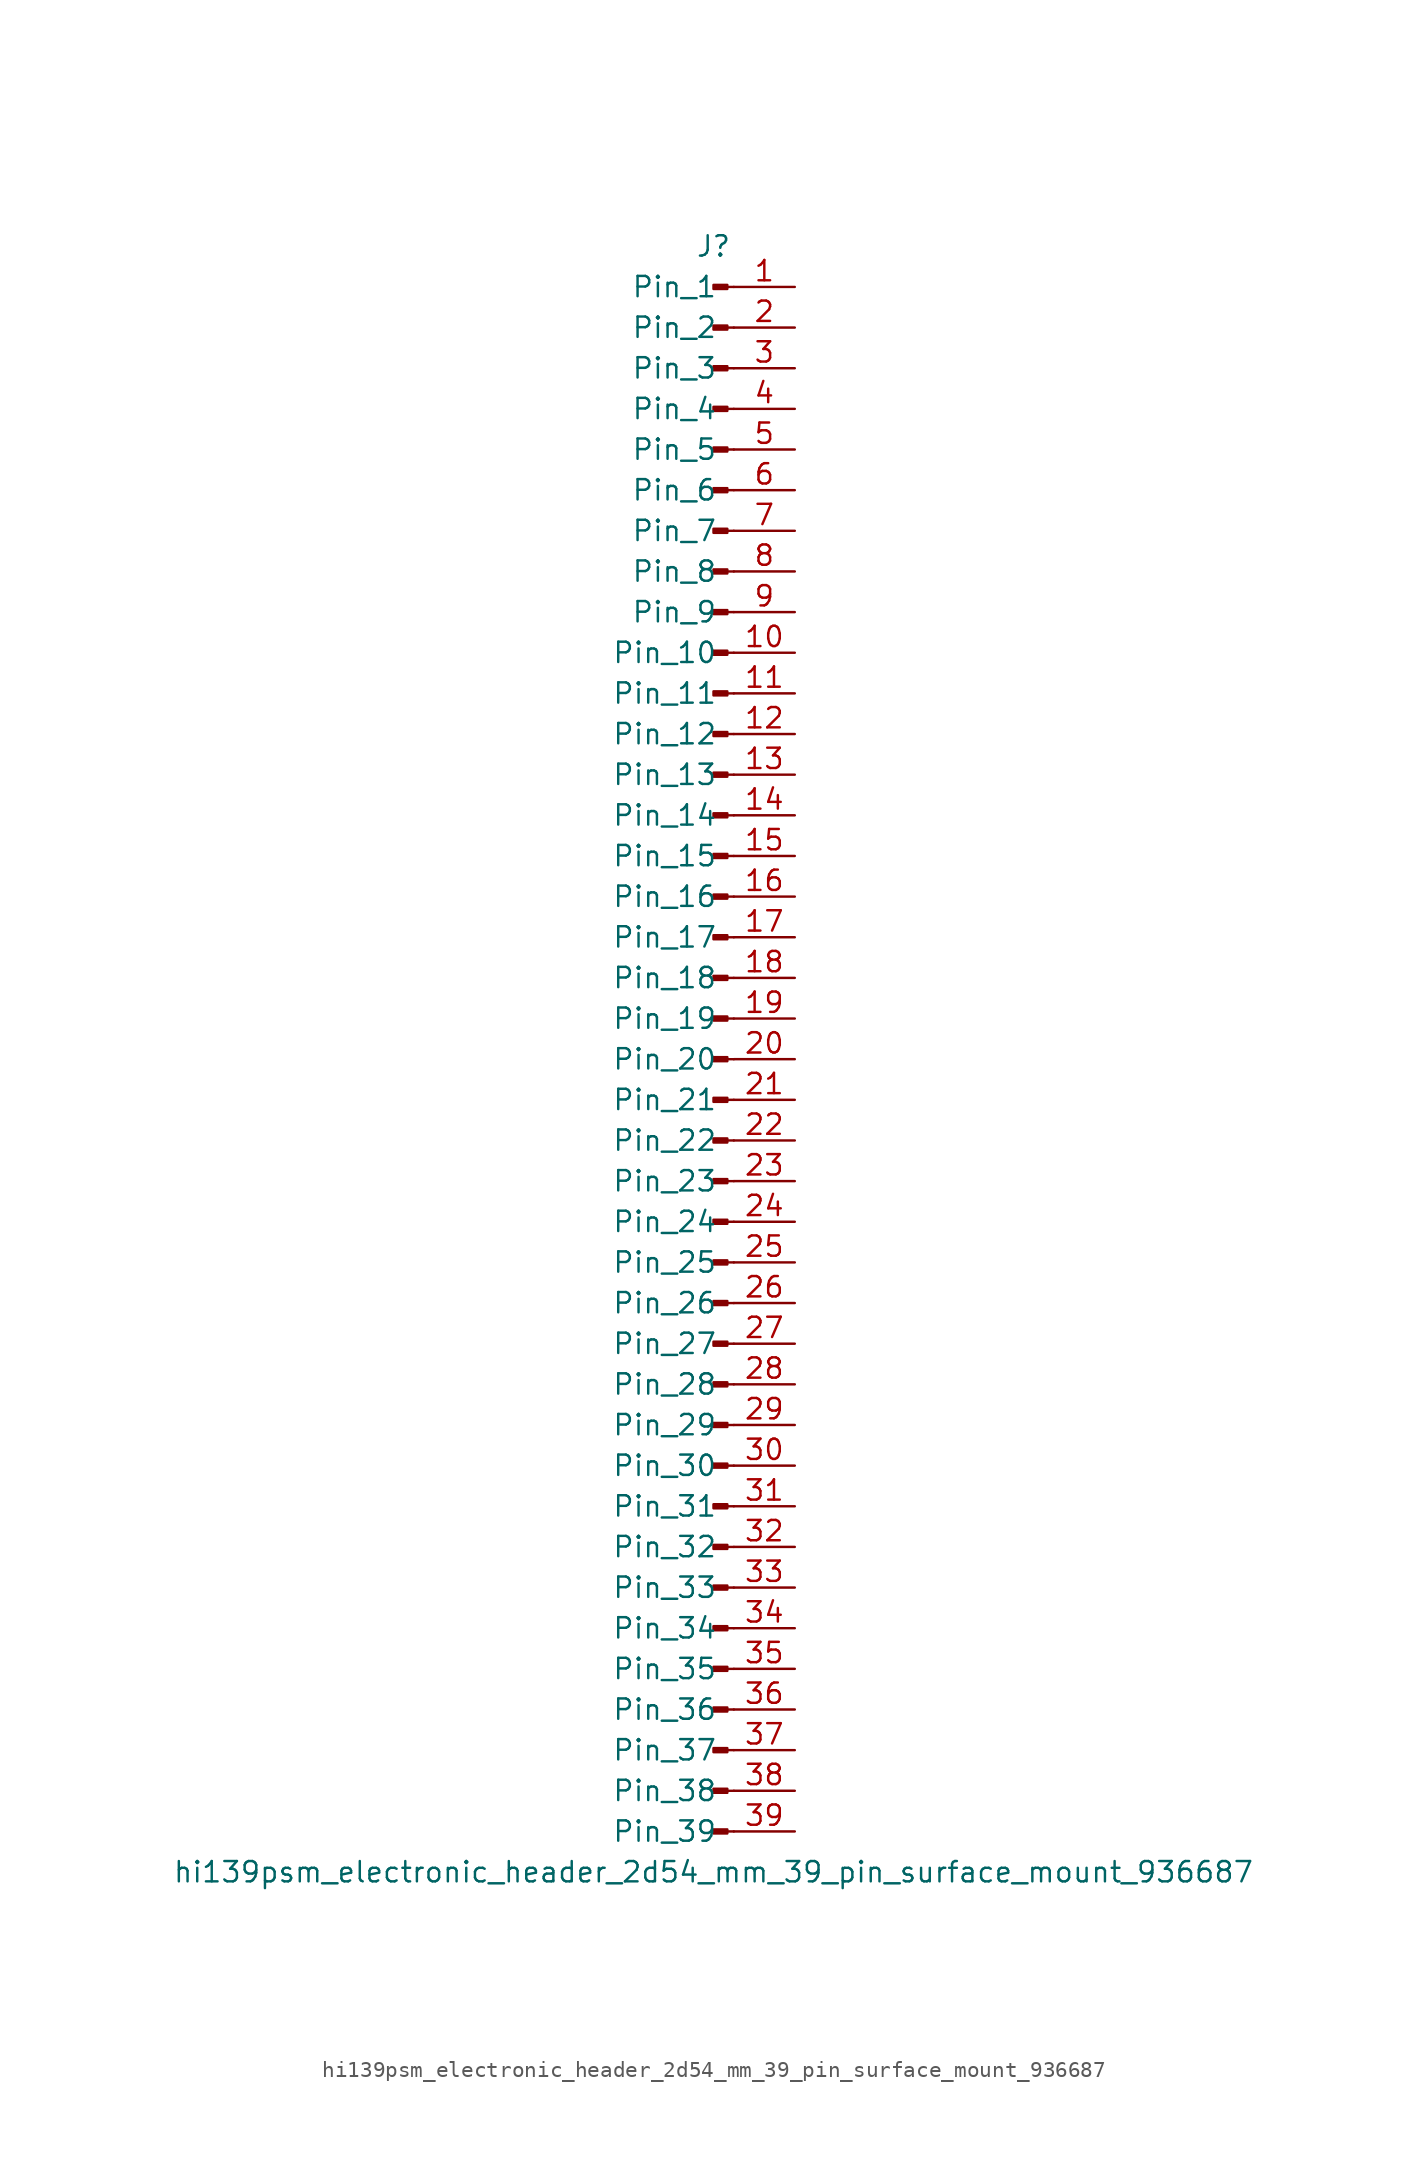
<source format=kicad_sym>
(kicad_symbol_lib
  (version 20220914)
  (generator kicad_symbol_editor)
  (symbol "hi139psm_electronic_header_2d54_mm_39_pin_surface_mount_936687"
    (pin_names
      (offset 1.016))
    (property "Reference" "J"
      (at 0 50.8 0)
      (effects (font (size 1.27 1.27))))
    (property "Value" "hi139psm_electronic_header_2d54_mm_39_pin_surface_mount_936687"
      (at 0 -50.8 0)
      (effects (font (size 1.27 1.27))))
    (property "ki_locked" ""
      (at 0 0 0)
      (effects (font (size 1.27 1.27))))
    (symbol "hi139psm_electronic_header_2d54_mm_39_pin_surface_mount_936687_1_1"
      (polyline (pts (xy 1.27 -48.26) (xy 0.864 -48.26)) (stroke (width 0.152) (type default)) (fill (type none)))
      (polyline (pts (xy 1.27 -45.72) (xy 0.864 -45.72)) (stroke (width 0.152) (type default)) (fill (type none)))
      (polyline (pts (xy 1.27 -43.18) (xy 0.864 -43.18)) (stroke (width 0.152) (type default)) (fill (type none)))
      (polyline (pts (xy 1.27 -40.64) (xy 0.864 -40.64)) (stroke (width 0.152) (type default)) (fill (type none)))
      (polyline (pts (xy 1.27 -38.1) (xy 0.864 -38.1)) (stroke (width 0.152) (type default)) (fill (type none)))
      (polyline (pts (xy 1.27 -35.56) (xy 0.864 -35.56)) (stroke (width 0.152) (type default)) (fill (type none)))
      (polyline (pts (xy 1.27 -33.02) (xy 0.864 -33.02)) (stroke (width 0.152) (type default)) (fill (type none)))
      (polyline (pts (xy 1.27 -30.48) (xy 0.864 -30.48)) (stroke (width 0.152) (type default)) (fill (type none)))
      (polyline (pts (xy 1.27 -27.94) (xy 0.864 -27.94)) (stroke (width 0.152) (type default)) (fill (type none)))
      (polyline (pts (xy 1.27 -25.4) (xy 0.864 -25.4)) (stroke (width 0.152) (type default)) (fill (type none)))
      (polyline (pts (xy 1.27 -22.86) (xy 0.864 -22.86)) (stroke (width 0.152) (type default)) (fill (type none)))
      (polyline (pts (xy 1.27 -20.32) (xy 0.864 -20.32)) (stroke (width 0.152) (type default)) (fill (type none)))
      (polyline (pts (xy 1.27 -17.78) (xy 0.864 -17.78)) (stroke (width 0.152) (type default)) (fill (type none)))
      (polyline (pts (xy 1.27 -15.24) (xy 0.864 -15.24)) (stroke (width 0.152) (type default)) (fill (type none)))
      (polyline (pts (xy 1.27 -12.7) (xy 0.864 -12.7)) (stroke (width 0.152) (type default)) (fill (type none)))
      (polyline (pts (xy 1.27 -10.16) (xy 0.864 -10.16)) (stroke (width 0.152) (type default)) (fill (type none)))
      (polyline (pts (xy 1.27 -7.62) (xy 0.864 -7.62)) (stroke (width 0.152) (type default)) (fill (type none)))
      (polyline (pts (xy 1.27 -5.08) (xy 0.864 -5.08)) (stroke (width 0.152) (type default)) (fill (type none)))
      (polyline (pts (xy 1.27 -2.54) (xy 0.864 -2.54)) (stroke (width 0.152) (type default)) (fill (type none)))
      (polyline (pts (xy 1.27 0) (xy 0.864 0)) (stroke (width 0.152) (type default)) (fill (type none)))
      (polyline (pts (xy 1.27 2.54) (xy 0.864 2.54)) (stroke (width 0.152) (type default)) (fill (type none)))
      (polyline (pts (xy 1.27 5.08) (xy 0.864 5.08)) (stroke (width 0.152) (type default)) (fill (type none)))
      (polyline (pts (xy 1.27 7.62) (xy 0.864 7.62)) (stroke (width 0.152) (type default)) (fill (type none)))
      (polyline (pts (xy 1.27 10.16) (xy 0.864 10.16)) (stroke (width 0.152) (type default)) (fill (type none)))
      (polyline (pts (xy 1.27 12.7) (xy 0.864 12.7)) (stroke (width 0.152) (type default)) (fill (type none)))
      (polyline (pts (xy 1.27 15.24) (xy 0.864 15.24)) (stroke (width 0.152) (type default)) (fill (type none)))
      (polyline (pts (xy 1.27 17.78) (xy 0.864 17.78)) (stroke (width 0.152) (type default)) (fill (type none)))
      (polyline (pts (xy 1.27 20.32) (xy 0.864 20.32)) (stroke (width 0.152) (type default)) (fill (type none)))
      (polyline (pts (xy 1.27 22.86) (xy 0.864 22.86)) (stroke (width 0.152) (type default)) (fill (type none)))
      (polyline (pts (xy 1.27 25.4) (xy 0.864 25.4)) (stroke (width 0.152) (type default)) (fill (type none)))
      (polyline (pts (xy 1.27 27.94) (xy 0.864 27.94)) (stroke (width 0.152) (type default)) (fill (type none)))
      (polyline (pts (xy 1.27 30.48) (xy 0.864 30.48)) (stroke (width 0.152) (type default)) (fill (type none)))
      (polyline (pts (xy 1.27 33.02) (xy 0.864 33.02)) (stroke (width 0.152) (type default)) (fill (type none)))
      (polyline (pts (xy 1.27 35.56) (xy 0.864 35.56)) (stroke (width 0.152) (type default)) (fill (type none)))
      (polyline (pts (xy 1.27 38.1) (xy 0.864 38.1)) (stroke (width 0.152) (type default)) (fill (type none)))
      (polyline (pts (xy 1.27 40.64) (xy 0.864 40.64)) (stroke (width 0.152) (type default)) (fill (type none)))
      (polyline (pts (xy 1.27 43.18) (xy 0.864 43.18)) (stroke (width 0.152) (type default)) (fill (type none)))
      (polyline (pts (xy 1.27 45.72) (xy 0.864 45.72)) (stroke (width 0.152) (type default)) (fill (type none)))
      (polyline (pts (xy 1.27 48.26) (xy 0.864 48.26)) (stroke (width 0.152) (type default)) (fill (type none)))
      (rectangle (start 0.864 -48.133) (end 0 -48.387) (stroke (width 0.152) (type default)) (fill (type outline)))
      (rectangle (start 0.864 -45.593) (end 0 -45.847) (stroke (width 0.152) (type default)) (fill (type outline)))
      (rectangle (start 0.864 -43.053) (end 0 -43.307) (stroke (width 0.152) (type default)) (fill (type outline)))
      (rectangle (start 0.864 -40.513) (end 0 -40.767) (stroke (width 0.152) (type default)) (fill (type outline)))
      (rectangle (start 0.864 -37.973) (end 0 -38.227) (stroke (width 0.152) (type default)) (fill (type outline)))
      (rectangle (start 0.864 -35.433) (end 0 -35.687) (stroke (width 0.152) (type default)) (fill (type outline)))
      (rectangle (start 0.864 -32.893) (end 0 -33.147) (stroke (width 0.152) (type default)) (fill (type outline)))
      (rectangle (start 0.864 -30.353) (end 0 -30.607) (stroke (width 0.152) (type default)) (fill (type outline)))
      (rectangle (start 0.864 -27.813) (end 0 -28.067) (stroke (width 0.152) (type default)) (fill (type outline)))
      (rectangle (start 0.864 -25.273) (end 0 -25.527) (stroke (width 0.152) (type default)) (fill (type outline)))
      (rectangle (start 0.864 -22.733) (end 0 -22.987) (stroke (width 0.152) (type default)) (fill (type outline)))
      (rectangle (start 0.864 -20.193) (end 0 -20.447) (stroke (width 0.152) (type default)) (fill (type outline)))
      (rectangle (start 0.864 -17.653) (end 0 -17.907) (stroke (width 0.152) (type default)) (fill (type outline)))
      (rectangle (start 0.864 -15.113) (end 0 -15.367) (stroke (width 0.152) (type default)) (fill (type outline)))
      (rectangle (start 0.864 -12.573) (end 0 -12.827) (stroke (width 0.152) (type default)) (fill (type outline)))
      (rectangle (start 0.864 -10.033) (end 0 -10.287) (stroke (width 0.152) (type default)) (fill (type outline)))
      (rectangle (start 0.864 -7.493) (end 0 -7.747) (stroke (width 0.152) (type default)) (fill (type outline)))
      (rectangle (start 0.864 -4.953) (end 0 -5.207) (stroke (width 0.152) (type default)) (fill (type outline)))
      (rectangle (start 0.864 -2.413) (end 0 -2.667) (stroke (width 0.152) (type default)) (fill (type outline)))
      (rectangle (start 0.864 0.127) (end 0 -0.127) (stroke (width 0.152) (type default)) (fill (type outline)))
      (rectangle (start 0.864 2.667) (end 0 2.413) (stroke (width 0.152) (type default)) (fill (type outline)))
      (rectangle (start 0.864 5.207) (end 0 4.953) (stroke (width 0.152) (type default)) (fill (type outline)))
      (rectangle (start 0.864 7.747) (end 0 7.493) (stroke (width 0.152) (type default)) (fill (type outline)))
      (rectangle (start 0.864 10.287) (end 0 10.033) (stroke (width 0.152) (type default)) (fill (type outline)))
      (rectangle (start 0.864 12.827) (end 0 12.573) (stroke (width 0.152) (type default)) (fill (type outline)))
      (rectangle (start 0.864 15.367) (end 0 15.113) (stroke (width 0.152) (type default)) (fill (type outline)))
      (rectangle (start 0.864 17.907) (end 0 17.653) (stroke (width 0.152) (type default)) (fill (type outline)))
      (rectangle (start 0.864 20.447) (end 0 20.193) (stroke (width 0.152) (type default)) (fill (type outline)))
      (rectangle (start 0.864 22.987) (end 0 22.733) (stroke (width 0.152) (type default)) (fill (type outline)))
      (rectangle (start 0.864 25.527) (end 0 25.273) (stroke (width 0.152) (type default)) (fill (type outline)))
      (rectangle (start 0.864 28.067) (end 0 27.813) (stroke (width 0.152) (type default)) (fill (type outline)))
      (rectangle (start 0.864 30.607) (end 0 30.353) (stroke (width 0.152) (type default)) (fill (type outline)))
      (rectangle (start 0.864 33.147) (end 0 32.893) (stroke (width 0.152) (type default)) (fill (type outline)))
      (rectangle (start 0.864 35.687) (end 0 35.433) (stroke (width 0.152) (type default)) (fill (type outline)))
      (rectangle (start 0.864 38.227) (end 0 37.973) (stroke (width 0.152) (type default)) (fill (type outline)))
      (rectangle (start 0.864 40.767) (end 0 40.513) (stroke (width 0.152) (type default)) (fill (type outline)))
      (rectangle (start 0.864 43.307) (end 0 43.053) (stroke (width 0.152) (type default)) (fill (type outline)))
      (rectangle (start 0.864 45.847) (end 0 45.593) (stroke (width 0.152) (type default)) (fill (type outline)))
      (rectangle (start 0.864 48.387) (end 0 48.133) (stroke (width 0.152) (type default)) (fill (type outline)))
      (pin passive line (at 5.08 48.26 180) (length 3.81) (name "Pin_1" (effects (font (size 1.27 1.27)))) (number "1" (effects (font (size 1.27 1.27)))))
      (pin passive line (at 5.08 25.4 180) (length 3.81) (name "Pin_10" (effects (font (size 1.27 1.27)))) (number "10" (effects (font (size 1.27 1.27)))))
      (pin passive line (at 5.08 22.86 180) (length 3.81) (name "Pin_11" (effects (font (size 1.27 1.27)))) (number "11" (effects (font (size 1.27 1.27)))))
      (pin passive line (at 5.08 20.32 180) (length 3.81) (name "Pin_12" (effects (font (size 1.27 1.27)))) (number "12" (effects (font (size 1.27 1.27)))))
      (pin passive line (at 5.08 17.78 180) (length 3.81) (name "Pin_13" (effects (font (size 1.27 1.27)))) (number "13" (effects (font (size 1.27 1.27)))))
      (pin passive line (at 5.08 15.24 180) (length 3.81) (name "Pin_14" (effects (font (size 1.27 1.27)))) (number "14" (effects (font (size 1.27 1.27)))))
      (pin passive line (at 5.08 12.7 180) (length 3.81) (name "Pin_15" (effects (font (size 1.27 1.27)))) (number "15" (effects (font (size 1.27 1.27)))))
      (pin passive line (at 5.08 10.16 180) (length 3.81) (name "Pin_16" (effects (font (size 1.27 1.27)))) (number "16" (effects (font (size 1.27 1.27)))))
      (pin passive line (at 5.08 7.62 180) (length 3.81) (name "Pin_17" (effects (font (size 1.27 1.27)))) (number "17" (effects (font (size 1.27 1.27)))))
      (pin passive line (at 5.08 5.08 180) (length 3.81) (name "Pin_18" (effects (font (size 1.27 1.27)))) (number "18" (effects (font (size 1.27 1.27)))))
      (pin passive line (at 5.08 2.54 180) (length 3.81) (name "Pin_19" (effects (font (size 1.27 1.27)))) (number "19" (effects (font (size 1.27 1.27)))))
      (pin passive line (at 5.08 45.72 180) (length 3.81) (name "Pin_2" (effects (font (size 1.27 1.27)))) (number "2" (effects (font (size 1.27 1.27)))))
      (pin passive line (at 5.08 0 180) (length 3.81) (name "Pin_20" (effects (font (size 1.27 1.27)))) (number "20" (effects (font (size 1.27 1.27)))))
      (pin passive line (at 5.08 -2.54 180) (length 3.81) (name "Pin_21" (effects (font (size 1.27 1.27)))) (number "21" (effects (font (size 1.27 1.27)))))
      (pin passive line (at 5.08 -5.08 180) (length 3.81) (name "Pin_22" (effects (font (size 1.27 1.27)))) (number "22" (effects (font (size 1.27 1.27)))))
      (pin passive line (at 5.08 -7.62 180) (length 3.81) (name "Pin_23" (effects (font (size 1.27 1.27)))) (number "23" (effects (font (size 1.27 1.27)))))
      (pin passive line (at 5.08 -10.16 180) (length 3.81) (name "Pin_24" (effects (font (size 1.27 1.27)))) (number "24" (effects (font (size 1.27 1.27)))))
      (pin passive line (at 5.08 -12.7 180) (length 3.81) (name "Pin_25" (effects (font (size 1.27 1.27)))) (number "25" (effects (font (size 1.27 1.27)))))
      (pin passive line (at 5.08 -15.24 180) (length 3.81) (name "Pin_26" (effects (font (size 1.27 1.27)))) (number "26" (effects (font (size 1.27 1.27)))))
      (pin passive line (at 5.08 -17.78 180) (length 3.81) (name "Pin_27" (effects (font (size 1.27 1.27)))) (number "27" (effects (font (size 1.27 1.27)))))
      (pin passive line (at 5.08 -20.32 180) (length 3.81) (name "Pin_28" (effects (font (size 1.27 1.27)))) (number "28" (effects (font (size 1.27 1.27)))))
      (pin passive line (at 5.08 -22.86 180) (length 3.81) (name "Pin_29" (effects (font (size 1.27 1.27)))) (number "29" (effects (font (size 1.27 1.27)))))
      (pin passive line (at 5.08 43.18 180) (length 3.81) (name "Pin_3" (effects (font (size 1.27 1.27)))) (number "3" (effects (font (size 1.27 1.27)))))
      (pin passive line (at 5.08 -25.4 180) (length 3.81) (name "Pin_30" (effects (font (size 1.27 1.27)))) (number "30" (effects (font (size 1.27 1.27)))))
      (pin passive line (at 5.08 -27.94 180) (length 3.81) (name "Pin_31" (effects (font (size 1.27 1.27)))) (number "31" (effects (font (size 1.27 1.27)))))
      (pin passive line (at 5.08 -30.48 180) (length 3.81) (name "Pin_32" (effects (font (size 1.27 1.27)))) (number "32" (effects (font (size 1.27 1.27)))))
      (pin passive line (at 5.08 -33.02 180) (length 3.81) (name "Pin_33" (effects (font (size 1.27 1.27)))) (number "33" (effects (font (size 1.27 1.27)))))
      (pin passive line (at 5.08 -35.56 180) (length 3.81) (name "Pin_34" (effects (font (size 1.27 1.27)))) (number "34" (effects (font (size 1.27 1.27)))))
      (pin passive line (at 5.08 -38.1 180) (length 3.81) (name "Pin_35" (effects (font (size 1.27 1.27)))) (number "35" (effects (font (size 1.27 1.27)))))
      (pin passive line (at 5.08 -40.64 180) (length 3.81) (name "Pin_36" (effects (font (size 1.27 1.27)))) (number "36" (effects (font (size 1.27 1.27)))))
      (pin passive line (at 5.08 -43.18 180) (length 3.81) (name "Pin_37" (effects (font (size 1.27 1.27)))) (number "37" (effects (font (size 1.27 1.27)))))
      (pin passive line (at 5.08 -45.72 180) (length 3.81) (name "Pin_38" (effects (font (size 1.27 1.27)))) (number "38" (effects (font (size 1.27 1.27)))))
      (pin passive line (at 5.08 -48.26 180) (length 3.81) (name "Pin_39" (effects (font (size 1.27 1.27)))) (number "39" (effects (font (size 1.27 1.27)))))
      (pin passive line (at 5.08 40.64 180) (length 3.81) (name "Pin_4" (effects (font (size 1.27 1.27)))) (number "4" (effects (font (size 1.27 1.27)))))
      (pin passive line (at 5.08 38.1 180) (length 3.81) (name "Pin_5" (effects (font (size 1.27 1.27)))) (number "5" (effects (font (size 1.27 1.27)))))
      (pin passive line (at 5.08 35.56 180) (length 3.81) (name "Pin_6" (effects (font (size 1.27 1.27)))) (number "6" (effects (font (size 1.27 1.27)))))
      (pin passive line (at 5.08 33.02 180) (length 3.81) (name "Pin_7" (effects (font (size 1.27 1.27)))) (number "7" (effects (font (size 1.27 1.27)))))
      (pin passive line (at 5.08 30.48 180) (length 3.81) (name "Pin_8" (effects (font (size 1.27 1.27)))) (number "8" (effects (font (size 1.27 1.27)))))
      (pin passive line (at 5.08 27.94 180) (length 3.81) (name "Pin_9" (effects (font (size 1.27 1.27)))) (number "9" (effects (font (size 1.27 1.27))))))))
</source>
